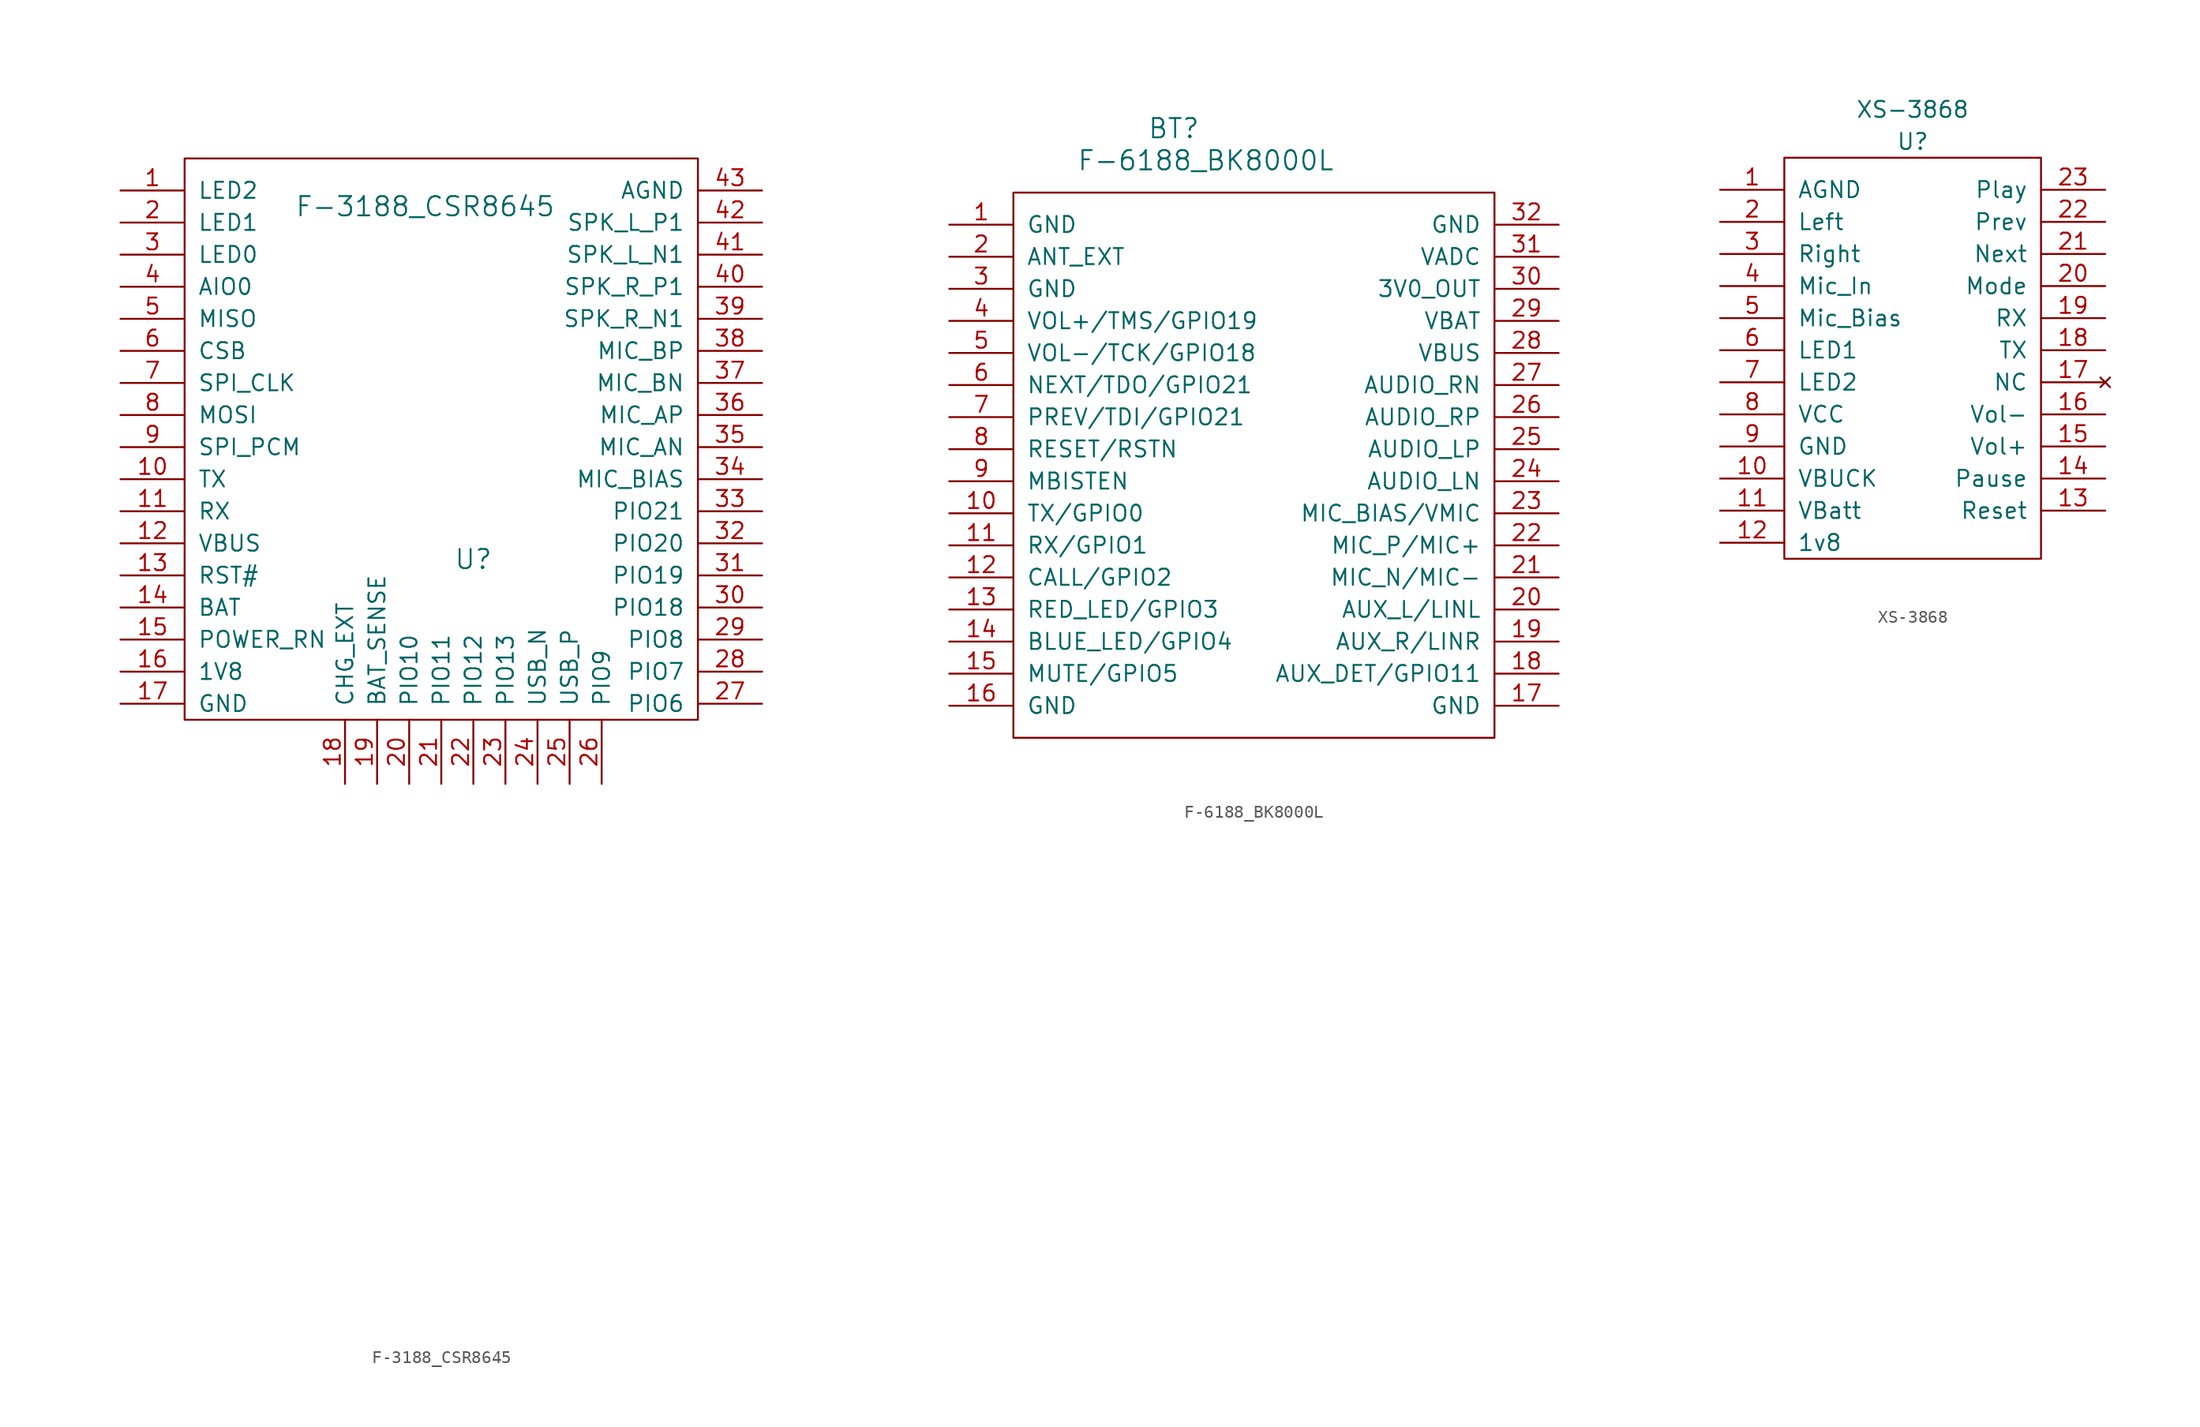
<source format=kicad_sym>
(kicad_symbol_lib
  (version 20211014)
  (generator kicad_symbol_editor)
  (symbol "F-3188_CSR8645"
    (pin_names
      (offset 1.016))
    (property "Reference" "U"
      (at -2.54 10.16 0)
      (effects (font (size 1.524 1.524))))
    (property "Value" "F-3188_CSR8645"
      (at -6.35 38.1 0)
      (effects (font (size 1.524 1.524))))
    (property "Footprint" ""
      (at 0 -43.18 0)
      (effects (font (size 1.524 1.524))))
    (property "Datasheet" ""
      (at 0 -43.18 0)
      (effects (font (size 1.524 1.524))))
    (symbol "F-3188_CSR8645_0_1"
      (rectangle (start -25.4 -2.54) (end 15.24 41.91) (stroke (width 0) (type default) (color 0 0 0 0)) (fill (type none))))
    (symbol "F-3188_CSR8645_1_1"
      (pin input line (at -30.48 39.37 0) (length 5.08) (name "LED2" (effects (font (size 1.27 1.27)))) (number "1" (effects (font (size 1.27 1.27)))))
      (pin input line (at -30.48 16.51 0) (length 5.08) (name "TX" (effects (font (size 1.27 1.27)))) (number "10" (effects (font (size 1.27 1.27)))))
      (pin input line (at -30.48 13.97 0) (length 5.08) (name "RX" (effects (font (size 1.27 1.27)))) (number "11" (effects (font (size 1.27 1.27)))))
      (pin input line (at -30.48 11.43 0) (length 5.08) (name "VBUS" (effects (font (size 1.27 1.27)))) (number "12" (effects (font (size 1.27 1.27)))))
      (pin input line (at -30.48 8.89 0) (length 5.08) (name "RST#" (effects (font (size 1.27 1.27)))) (number "13" (effects (font (size 1.27 1.27)))))
      (pin input line (at -30.48 6.35 0) (length 5.08) (name "BAT" (effects (font (size 1.27 1.27)))) (number "14" (effects (font (size 1.27 1.27)))))
      (pin input line (at -30.48 3.81 0) (length 5.08) (name "POWER_RN" (effects (font (size 1.27 1.27)))) (number "15" (effects (font (size 1.27 1.27)))))
      (pin input line (at -30.48 1.27 0) (length 5.08) (name "1V8" (effects (font (size 1.27 1.27)))) (number "16" (effects (font (size 1.27 1.27)))))
      (pin input line (at -30.48 -1.27 0) (length 5.08) (name "GND" (effects (font (size 1.27 1.27)))) (number "17" (effects (font (size 1.27 1.27)))))
      (pin input line (at -12.7 -7.62 90) (length 5.08) (name "CHG_EXT" (effects (font (size 1.27 1.27)))) (number "18" (effects (font (size 1.27 1.27)))))
      (pin input line (at -10.16 -7.62 90) (length 5.08) (name "BAT_SENSE" (effects (font (size 1.27 1.27)))) (number "19" (effects (font (size 1.27 1.27)))))
      (pin input line (at -30.48 36.83 0) (length 5.08) (name "LED1" (effects (font (size 1.27 1.27)))) (number "2" (effects (font (size 1.27 1.27)))))
      (pin input line (at -7.62 -7.62 90) (length 5.08) (name "PIO10" (effects (font (size 1.27 1.27)))) (number "20" (effects (font (size 1.27 1.27)))))
      (pin input line (at -5.08 -7.62 90) (length 5.08) (name "PIO11" (effects (font (size 1.27 1.27)))) (number "21" (effects (font (size 1.27 1.27)))))
      (pin input line (at -2.54 -7.62 90) (length 5.08) (name "PIO12" (effects (font (size 1.27 1.27)))) (number "22" (effects (font (size 1.27 1.27)))))
      (pin input line (at 0 -7.62 90) (length 5.08) (name "PIO13" (effects (font (size 1.27 1.27)))) (number "23" (effects (font (size 1.27 1.27)))))
      (pin input line (at 2.54 -7.62 90) (length 5.08) (name "USB_N" (effects (font (size 1.27 1.27)))) (number "24" (effects (font (size 1.27 1.27)))))
      (pin input line (at 5.08 -7.62 90) (length 5.08) (name "USB_P" (effects (font (size 1.27 1.27)))) (number "25" (effects (font (size 1.27 1.27)))))
      (pin input line (at 7.62 -7.62 90) (length 5.08) (name "PIO9" (effects (font (size 1.27 1.27)))) (number "26" (effects (font (size 1.27 1.27)))))
      (pin input line (at 20.32 -1.27 180) (length 5.08) (name "PIO6" (effects (font (size 1.27 1.27)))) (number "27" (effects (font (size 1.27 1.27)))))
      (pin input line (at 20.32 1.27 180) (length 5.08) (name "PIO7" (effects (font (size 1.27 1.27)))) (number "28" (effects (font (size 1.27 1.27)))))
      (pin input line (at 20.32 3.81 180) (length 5.08) (name "PIO8" (effects (font (size 1.27 1.27)))) (number "29" (effects (font (size 1.27 1.27)))))
      (pin input line (at -30.48 34.29 0) (length 5.08) (name "LED0" (effects (font (size 1.27 1.27)))) (number "3" (effects (font (size 1.27 1.27)))))
      (pin input line (at 20.32 6.35 180) (length 5.08) (name "PIO18" (effects (font (size 1.27 1.27)))) (number "30" (effects (font (size 1.27 1.27)))))
      (pin input line (at 20.32 8.89 180) (length 5.08) (name "PIO19" (effects (font (size 1.27 1.27)))) (number "31" (effects (font (size 1.27 1.27)))))
      (pin input line (at 20.32 11.43 180) (length 5.08) (name "PIO20" (effects (font (size 1.27 1.27)))) (number "32" (effects (font (size 1.27 1.27)))))
      (pin input line (at 20.32 13.97 180) (length 5.08) (name "PIO21" (effects (font (size 1.27 1.27)))) (number "33" (effects (font (size 1.27 1.27)))))
      (pin input line (at 20.32 16.51 180) (length 5.08) (name "MIC_BIAS" (effects (font (size 1.27 1.27)))) (number "34" (effects (font (size 1.27 1.27)))))
      (pin input line (at 20.32 19.05 180) (length 5.08) (name "MIC_AN" (effects (font (size 1.27 1.27)))) (number "35" (effects (font (size 1.27 1.27)))))
      (pin input line (at 20.32 21.59 180) (length 5.08) (name "MIC_AP" (effects (font (size 1.27 1.27)))) (number "36" (effects (font (size 1.27 1.27)))))
      (pin input line (at 20.32 24.13 180) (length 5.08) (name "MIC_BN" (effects (font (size 1.27 1.27)))) (number "37" (effects (font (size 1.27 1.27)))))
      (pin input line (at 20.32 26.67 180) (length 5.08) (name "MIC_BP" (effects (font (size 1.27 1.27)))) (number "38" (effects (font (size 1.27 1.27)))))
      (pin input line (at 20.32 29.21 180) (length 5.08) (name "SPK_R_N1" (effects (font (size 1.27 1.27)))) (number "39" (effects (font (size 1.27 1.27)))))
      (pin input line (at -30.48 31.75 0) (length 5.08) (name "AIO0" (effects (font (size 1.27 1.27)))) (number "4" (effects (font (size 1.27 1.27)))))
      (pin input line (at 20.32 31.75 180) (length 5.08) (name "SPK_R_P1" (effects (font (size 1.27 1.27)))) (number "40" (effects (font (size 1.27 1.27)))))
      (pin input line (at 20.32 34.29 180) (length 5.08) (name "SPK_L_N1" (effects (font (size 1.27 1.27)))) (number "41" (effects (font (size 1.27 1.27)))))
      (pin input line (at 20.32 36.83 180) (length 5.08) (name "SPK_L_P1" (effects (font (size 1.27 1.27)))) (number "42" (effects (font (size 1.27 1.27)))))
      (pin input line (at 20.32 39.37 180) (length 5.08) (name "AGND" (effects (font (size 1.27 1.27)))) (number "43" (effects (font (size 1.27 1.27)))))
      (pin input line (at -30.48 29.21 0) (length 5.08) (name "MISO" (effects (font (size 1.27 1.27)))) (number "5" (effects (font (size 1.27 1.27)))))
      (pin input line (at -30.48 26.67 0) (length 5.08) (name "CSB" (effects (font (size 1.27 1.27)))) (number "6" (effects (font (size 1.27 1.27)))))
      (pin input line (at -30.48 24.13 0) (length 5.08) (name "SPI_CLK" (effects (font (size 1.27 1.27)))) (number "7" (effects (font (size 1.27 1.27)))))
      (pin input line (at -30.48 21.59 0) (length 5.08) (name "MOSI" (effects (font (size 1.27 1.27)))) (number "8" (effects (font (size 1.27 1.27)))))
      (pin input line (at -30.48 19.05 0) (length 5.08) (name "SPI_PCM" (effects (font (size 1.27 1.27)))) (number "9" (effects (font (size 1.27 1.27)))))))
  (symbol "F-6188_BK8000L"
    (pin_names
      (offset 1.016))
    (property "Reference" "BT"
      (at -1.27 20.32 0)
      (effects (font (size 1.524 1.524))))
    (property "Value" "F-6188_BK8000L"
      (at 1.27 17.78 0)
      (effects (font (size 1.524 1.524))))
    (symbol "F-6188_BK8000L_0_1"
      (rectangle (start -13.97 15.24) (end 24.13 -27.94) (stroke (width 0) (type default) (color 0 0 0 0)) (fill (type none))))
    (symbol "F-6188_BK8000L_1_1"
      (pin bidirectional line (at -19.05 12.7 0) (length 5.08) (name "GND" (effects (font (size 1.27 1.27)))) (number "1" (effects (font (size 1.27 1.27)))))
      (pin bidirectional line (at -19.05 -10.16 0) (length 5.08) (name "TX/GPIO0" (effects (font (size 1.27 1.27)))) (number "10" (effects (font (size 1.27 1.27)))))
      (pin bidirectional line (at -19.05 -12.7 0) (length 5.08) (name "RX/GPIO1" (effects (font (size 1.27 1.27)))) (number "11" (effects (font (size 1.27 1.27)))))
      (pin bidirectional line (at -19.05 -15.24 0) (length 5.08) (name "CALL/GPIO2" (effects (font (size 1.27 1.27)))) (number "12" (effects (font (size 1.27 1.27)))))
      (pin output line (at -19.05 -17.78 0) (length 5.08) (name "RED_LED/GPIO3" (effects (font (size 1.27 1.27)))) (number "13" (effects (font (size 1.27 1.27)))))
      (pin output line (at -19.05 -20.32 0) (length 5.08) (name "BLUE_LED/GPIO4" (effects (font (size 1.27 1.27)))) (number "14" (effects (font (size 1.27 1.27)))))
      (pin input line (at -19.05 -22.86 0) (length 5.08) (name "MUTE/GPIO5" (effects (font (size 1.27 1.27)))) (number "15" (effects (font (size 1.27 1.27)))))
      (pin bidirectional line (at -19.05 -25.4 0) (length 5.08) (name "GND" (effects (font (size 1.27 1.27)))) (number "16" (effects (font (size 1.27 1.27)))))
      (pin bidirectional line (at 29.21 -25.4 180) (length 5.08) (name "GND" (effects (font (size 1.27 1.27)))) (number "17" (effects (font (size 1.27 1.27)))))
      (pin bidirectional line (at 29.21 -22.86 180) (length 5.08) (name "AUX_DET/GPIO11" (effects (font (size 1.27 1.27)))) (number "18" (effects (font (size 1.27 1.27)))))
      (pin input line (at 29.21 -20.32 180) (length 5.08) (name "AUX_R/LINR" (effects (font (size 1.27 1.27)))) (number "19" (effects (font (size 1.27 1.27)))))
      (pin bidirectional line (at -19.05 10.16 0) (length 5.08) (name "ANT_EXT" (effects (font (size 1.27 1.27)))) (number "2" (effects (font (size 1.27 1.27)))))
      (pin input line (at 29.21 -17.78 180) (length 5.08) (name "AUX_L/LINL" (effects (font (size 1.27 1.27)))) (number "20" (effects (font (size 1.27 1.27)))))
      (pin input line (at 29.21 -15.24 180) (length 5.08) (name "MIC_N/MIC-" (effects (font (size 1.27 1.27)))) (number "21" (effects (font (size 1.27 1.27)))))
      (pin input line (at 29.21 -12.7 180) (length 5.08) (name "MIC_P/MIC+" (effects (font (size 1.27 1.27)))) (number "22" (effects (font (size 1.27 1.27)))))
      (pin bidirectional line (at 29.21 -10.16 180) (length 5.08) (name "MIC_BIAS/VMIC" (effects (font (size 1.27 1.27)))) (number "23" (effects (font (size 1.27 1.27)))))
      (pin output line (at 29.21 -7.62 180) (length 5.08) (name "AUDIO_LN" (effects (font (size 1.27 1.27)))) (number "24" (effects (font (size 1.27 1.27)))))
      (pin output line (at 29.21 -5.08 180) (length 5.08) (name "AUDIO_LP" (effects (font (size 1.27 1.27)))) (number "25" (effects (font (size 1.27 1.27)))))
      (pin output line (at 29.21 -2.54 180) (length 5.08) (name "AUDIO_RP" (effects (font (size 1.27 1.27)))) (number "26" (effects (font (size 1.27 1.27)))))
      (pin output line (at 29.21 0 180) (length 5.08) (name "AUDIO_RN" (effects (font (size 1.27 1.27)))) (number "27" (effects (font (size 1.27 1.27)))))
      (pin bidirectional line (at 29.21 2.54 180) (length 5.08) (name "VBUS" (effects (font (size 1.27 1.27)))) (number "28" (effects (font (size 1.27 1.27)))))
      (pin power_in line (at 29.21 5.08 180) (length 5.08) (name "VBAT" (effects (font (size 1.27 1.27)))) (number "29" (effects (font (size 1.27 1.27)))))
      (pin bidirectional line (at -19.05 7.62 0) (length 5.08) (name "GND" (effects (font (size 1.27 1.27)))) (number "3" (effects (font (size 1.27 1.27)))))
      (pin power_out line (at 29.21 7.62 180) (length 5.08) (name "3V0_OUT" (effects (font (size 1.27 1.27)))) (number "30" (effects (font (size 1.27 1.27)))))
      (pin bidirectional line (at 29.21 10.16 180) (length 5.08) (name "VADC" (effects (font (size 1.27 1.27)))) (number "31" (effects (font (size 1.27 1.27)))))
      (pin bidirectional line (at 29.21 12.7 180) (length 5.08) (name "GND" (effects (font (size 1.27 1.27)))) (number "32" (effects (font (size 1.27 1.27)))))
      (pin bidirectional line (at -19.05 5.08 0) (length 5.08) (name "VOL+/TMS/GPIO19" (effects (font (size 1.27 1.27)))) (number "4" (effects (font (size 1.27 1.27)))))
      (pin bidirectional line (at -19.05 2.54 0) (length 5.08) (name "VOL-/TCK/GPIO18" (effects (font (size 1.27 1.27)))) (number "5" (effects (font (size 1.27 1.27)))))
      (pin bidirectional line (at -19.05 0 0) (length 5.08) (name "NEXT/TDO/GPIO21" (effects (font (size 1.27 1.27)))) (number "6" (effects (font (size 1.27 1.27)))))
      (pin bidirectional line (at -19.05 -2.54 0) (length 5.08) (name "PREV/TDI/GPIO21" (effects (font (size 1.27 1.27)))) (number "7" (effects (font (size 1.27 1.27)))))
      (pin bidirectional line (at -19.05 -5.08 0) (length 5.08) (name "RESET/RSTN" (effects (font (size 1.27 1.27)))) (number "8" (effects (font (size 1.27 1.27)))))
      (pin bidirectional line (at -19.05 -7.62 0) (length 5.08) (name "MBISTEN" (effects (font (size 1.27 1.27)))) (number "9" (effects (font (size 1.27 1.27)))))))
  (symbol "XS-3868"
    (pin_names
      (offset 1.016))
    (property "Reference" "U"
      (at 0 0 0)
      (effects (font (size 1.27 1.27))))
    (property "Value" "XS-3868"
      (at 0 2.54 0)
      (effects (font (size 1.27 1.27))))
    (symbol "XS-3868_1_1"
      (rectangle (start -10.16 -1.27) (end 10.16 -33.02) (stroke (width 0) (type default) (color 0 0 0 0)) (fill (type none)))
      (pin output line (at -15.24 -3.81 0) (length 5.08) (name "AGND" (effects (font (size 1.27 1.27)))) (number "1" (effects (font (size 1.27 1.27)))))
      (pin unspecified line (at -15.24 -26.67 0) (length 5.08) (name "VBUCK" (effects (font (size 1.27 1.27)))) (number "10" (effects (font (size 1.27 1.27)))))
      (pin power_in line (at -15.24 -29.21 0) (length 5.08) (name "VBatt" (effects (font (size 1.27 1.27)))) (number "11" (effects (font (size 1.27 1.27)))))
      (pin output line (at -15.24 -31.75 0) (length 5.08) (name "1v8" (effects (font (size 1.27 1.27)))) (number "12" (effects (font (size 1.27 1.27)))))
      (pin input line (at 15.24 -29.21 180) (length 5.08) (name "Reset" (effects (font (size 1.27 1.27)))) (number "13" (effects (font (size 1.27 1.27)))))
      (pin input line (at 15.24 -26.67 180) (length 5.08) (name "Pause" (effects (font (size 1.27 1.27)))) (number "14" (effects (font (size 1.27 1.27)))))
      (pin input line (at 15.24 -24.13 180) (length 5.08) (name "Vol+" (effects (font (size 1.27 1.27)))) (number "15" (effects (font (size 1.27 1.27)))))
      (pin input line (at 15.24 -21.59 180) (length 5.08) (name "Vol-" (effects (font (size 1.27 1.27)))) (number "16" (effects (font (size 1.27 1.27)))))
      (pin no_connect line (at 15.24 -19.05 180) (length 5.08) (name "NC" (effects (font (size 1.27 1.27)))) (number "17" (effects (font (size 1.27 1.27)))))
      (pin bidirectional line (at 15.24 -16.51 180) (length 5.08) (name "TX" (effects (font (size 1.27 1.27)))) (number "18" (effects (font (size 1.27 1.27)))))
      (pin bidirectional line (at 15.24 -13.97 180) (length 5.08) (name "RX" (effects (font (size 1.27 1.27)))) (number "19" (effects (font (size 1.27 1.27)))))
      (pin output line (at -15.24 -6.35 0) (length 5.08) (name "Left" (effects (font (size 1.27 1.27)))) (number "2" (effects (font (size 1.27 1.27)))))
      (pin input line (at 15.24 -11.43 180) (length 5.08) (name "Mode" (effects (font (size 1.27 1.27)))) (number "20" (effects (font (size 1.27 1.27)))))
      (pin input line (at 15.24 -8.89 180) (length 5.08) (name "Next" (effects (font (size 1.27 1.27)))) (number "21" (effects (font (size 1.27 1.27)))))
      (pin input line (at 15.24 -6.35 180) (length 5.08) (name "Prev" (effects (font (size 1.27 1.27)))) (number "22" (effects (font (size 1.27 1.27)))))
      (pin input line (at 15.24 -3.81 180) (length 5.08) (name "Play" (effects (font (size 1.27 1.27)))) (number "23" (effects (font (size 1.27 1.27)))))
      (pin output line (at -15.24 -8.89 0) (length 5.08) (name "Right" (effects (font (size 1.27 1.27)))) (number "3" (effects (font (size 1.27 1.27)))))
      (pin input line (at -15.24 -11.43 0) (length 5.08) (name "Mic_In" (effects (font (size 1.27 1.27)))) (number "4" (effects (font (size 1.27 1.27)))))
      (pin input line (at -15.24 -13.97 0) (length 5.08) (name "Mic_Bias" (effects (font (size 1.27 1.27)))) (number "5" (effects (font (size 1.27 1.27)))))
      (pin output line (at -15.24 -16.51 0) (length 5.08) (name "LED1" (effects (font (size 1.27 1.27)))) (number "6" (effects (font (size 1.27 1.27)))))
      (pin output line (at -15.24 -19.05 0) (length 5.08) (name "LED2" (effects (font (size 1.27 1.27)))) (number "7" (effects (font (size 1.27 1.27)))))
      (pin power_in line (at -15.24 -21.59 0) (length 5.08) (name "VCC" (effects (font (size 1.27 1.27)))) (number "8" (effects (font (size 1.27 1.27)))))
      (pin power_in line (at -15.24 -24.13 0) (length 5.08) (name "GND" (effects (font (size 1.27 1.27)))) (number "9" (effects (font (size 1.27 1.27))))))))
</source>
